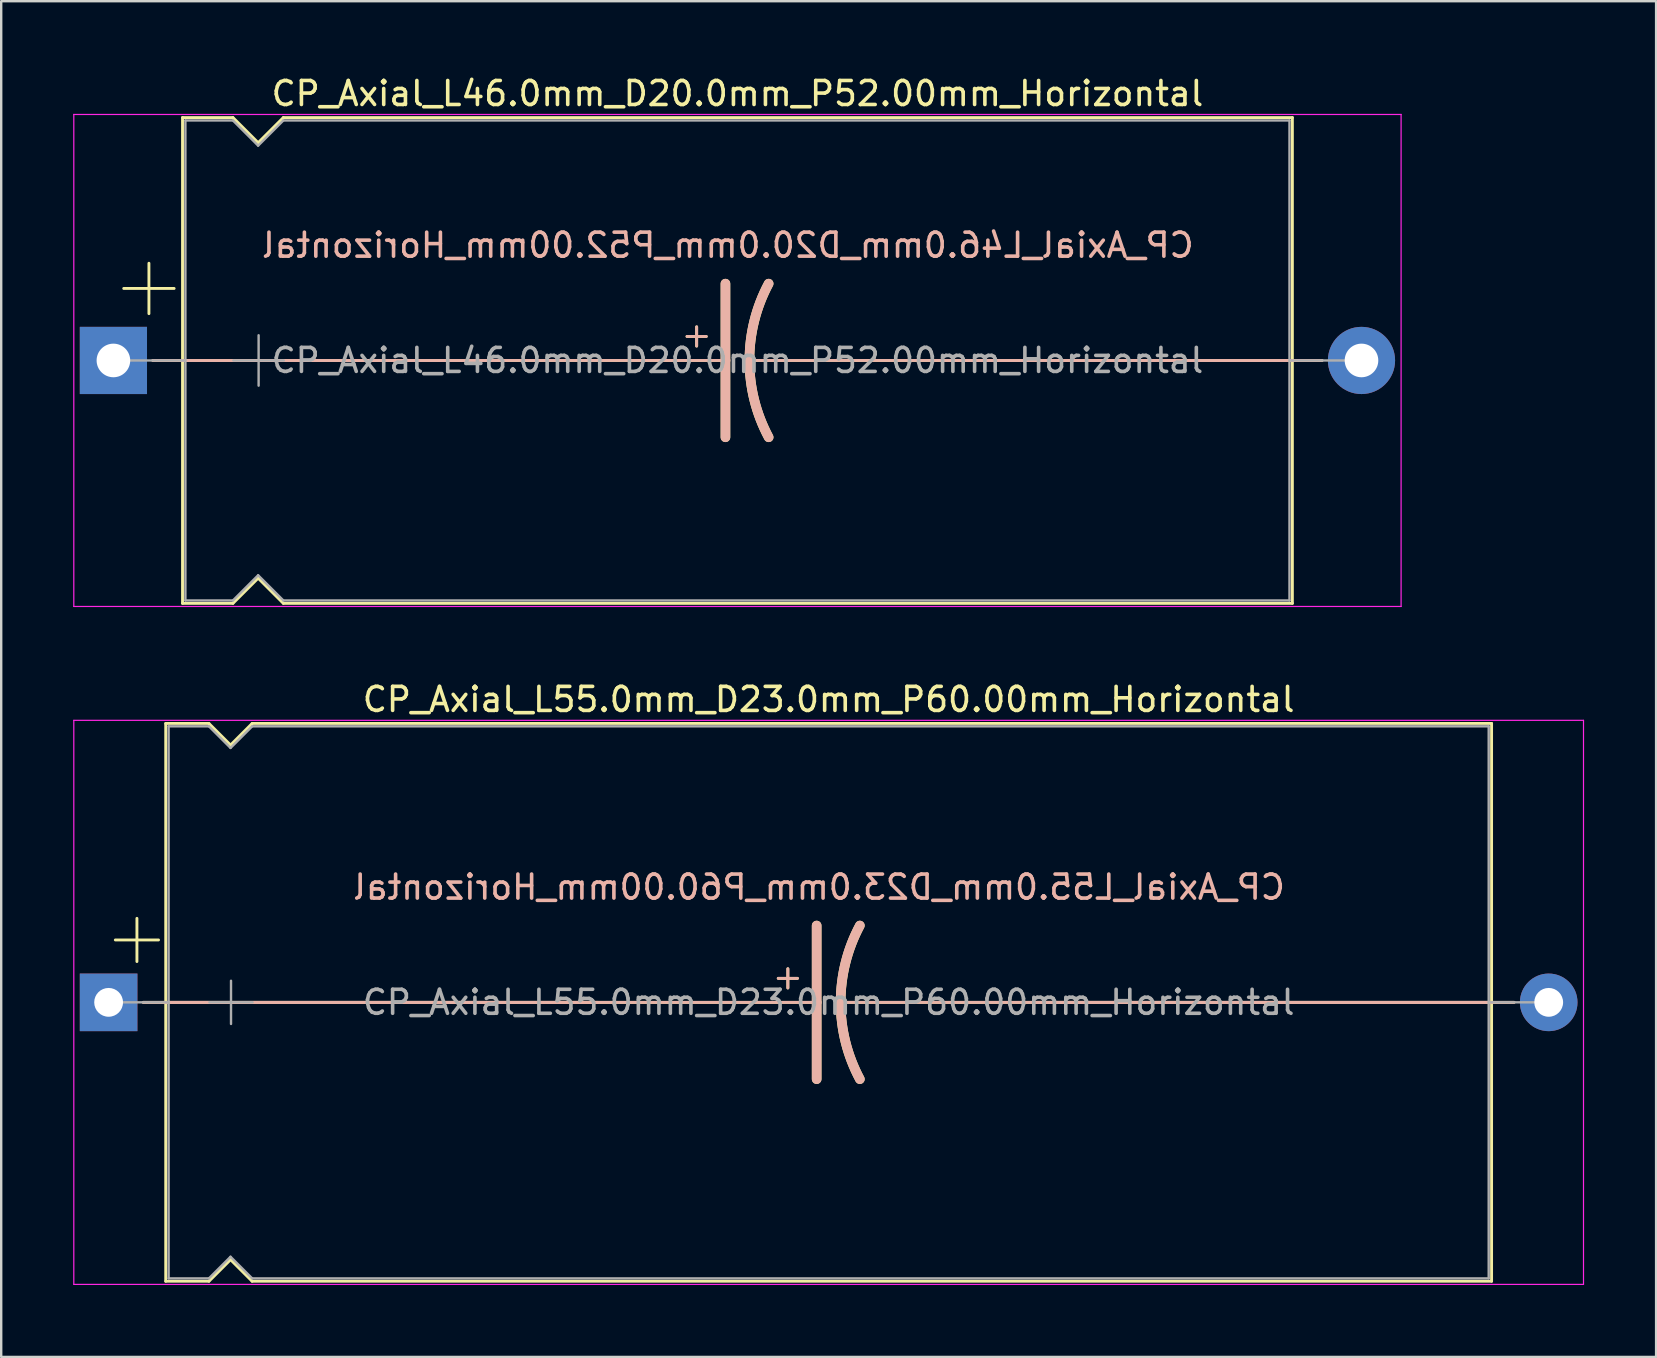
<source format=kicad_pcb>
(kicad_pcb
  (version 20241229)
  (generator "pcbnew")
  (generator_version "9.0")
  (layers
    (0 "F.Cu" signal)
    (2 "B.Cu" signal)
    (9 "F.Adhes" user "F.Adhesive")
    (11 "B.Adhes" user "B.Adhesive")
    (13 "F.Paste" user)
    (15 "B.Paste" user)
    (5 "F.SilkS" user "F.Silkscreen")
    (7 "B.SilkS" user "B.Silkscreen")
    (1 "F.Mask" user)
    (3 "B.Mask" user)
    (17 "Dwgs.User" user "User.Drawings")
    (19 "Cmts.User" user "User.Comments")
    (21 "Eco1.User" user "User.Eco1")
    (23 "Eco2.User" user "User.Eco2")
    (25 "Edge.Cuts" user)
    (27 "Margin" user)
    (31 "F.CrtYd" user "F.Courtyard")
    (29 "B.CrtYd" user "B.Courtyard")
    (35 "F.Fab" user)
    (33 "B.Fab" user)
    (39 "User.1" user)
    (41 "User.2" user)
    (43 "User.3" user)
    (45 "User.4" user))
  (footprint "CP_Axial_L46.0mm_D20.0mm_P52.00mm_Horizontal"
    (layer "F.Cu")
    (at 1.675 11.968)
    (property "Reference" "CP_Axial_L46.0mm_D20.0mm_P52.00mm_Horizontal" (at 26 -11.12 0) (layer "F.SilkS") (effects (font (size 1 1) (thickness 0.15))))
    (fp_line (start 0.43 -3) (end 2.53 -3) (stroke (width 0.12) (type solid)) (layer "F.SilkS"))
    (fp_line (start 1.48 -4.05) (end 1.48 -1.95) (stroke (width 0.12) (type solid)) (layer "F.SilkS"))
    (fp_line (start 1.64 0) (end 2.88 0) (stroke (width 0.12) (type solid)) (layer "F.SilkS"))
    (fp_line (start 2.88 -10.12) (end 2.88 10.12) (stroke (width 0.12) (type solid)) (layer "F.SilkS"))
    (fp_line (start 2.88 -10.12) (end 4.98 -10.12) (stroke (width 0.12) (type solid)) (layer "F.SilkS"))
    (fp_line (start 2.88 0) (end 25.5 0) (stroke (width 0.12) (type solid)) (layer "F.SilkS"))
    (fp_line (start 2.88 10.12) (end 4.98 10.12) (stroke (width 0.12) (type solid)) (layer "F.SilkS"))
    (fp_line (start 4.98 -10.12) (end 6.03 -9.07) (stroke (width 0.12) (type solid)) (layer "F.SilkS"))
    (fp_line (start 4.98 10.12) (end 6.03 9.07) (stroke (width 0.12) (type solid)) (layer "F.SilkS"))
    (fp_line (start 6.03 -9.07) (end 7.08 -10.12) (stroke (width 0.12) (type solid)) (layer "F.SilkS"))
    (fp_line (start 6.03 9.07) (end 7.08 10.12) (stroke (width 0.12) (type solid)) (layer "F.SilkS"))
    (fp_line (start 7.08 -10.12) (end 49.12 -10.12) (stroke (width 0.12) (type solid)) (layer "F.SilkS"))
    (fp_line (start 7.08 10.12) (end 49.12 10.12) (stroke (width 0.12) (type solid)) (layer "F.SilkS"))
    (fp_line (start 23.9 -1) (end 24.7 -1) (stroke (width 0.12) (type solid)) (layer "F.SilkS"))
    (fp_line (start 24.3 -1.4) (end 24.3 -0.6) (stroke (width 0.12) (type solid)) (layer "F.SilkS"))
    (fp_line (start 25.5 0) (end 25.5 -3.2) (stroke (width 0.4) (type solid)) (layer "F.SilkS"))
    (fp_line (start 25.5 0) (end 25.5 3.2) (stroke (width 0.4) (type solid)) (layer "F.SilkS"))
    (fp_line (start 49.12 -10.12) (end 49.12 10.12) (stroke (width 0.12) (type solid)) (layer "F.SilkS"))
    (fp_line (start 49.12 0) (end 26.5 0) (stroke (width 0.12) (type solid)) (layer "F.SilkS"))
    (fp_line (start 50.36 0) (end 49.12 0) (stroke (width 0.12) (type solid)) (layer "F.SilkS"))
    (fp_arc (start 26.5 0) (mid 26.703545 -1.649114) (end 27.3 -3.2) (stroke (width 0.4) (type solid)) (layer "F.SilkS"))
    (fp_arc (start 27.3 3.2) (mid 26.700704 1.649824) (end 26.5 0) (stroke (width 0.4) (type solid)) (layer "F.SilkS"))
    (fp_line (start 1.65 0) (end 16.38 0) (stroke (width 0.12) (type solid)) (layer "B.SilkS"))
    (fp_line (start 2.88 0) (end 25.5 0) (stroke (width 0.12) (type solid)) (layer "B.SilkS"))
    (fp_line (start 23.9 -1) (end 24.7 -1) (stroke (width 0.12) (type solid)) (layer "B.SilkS"))
    (fp_line (start 24.3 -0.6) (end 24.3 -1.4) (stroke (width 0.12) (type solid)) (layer "B.SilkS"))
    (fp_line (start 25.5 0) (end 25.5 -3.2) (stroke (width 0.4) (type solid)) (layer "B.SilkS"))
    (fp_line (start 25.5 0) (end 25.5 3.2) (stroke (width 0.4) (type solid)) (layer "B.SilkS"))
    (fp_line (start 49.12 0) (end 26.5 0) (stroke (width 0.12) (type solid)) (layer "B.SilkS"))
    (fp_line (start 50.35 0) (end 34.62 0) (stroke (width 0.12) (type solid)) (layer "B.SilkS"))
    (fp_arc (start 26.5 0) (mid 26.700703 -1.649824) (end 27.3 -3.2) (stroke (width 0.4) (type solid)) (layer "B.SilkS"))
    (fp_arc (start 27.3 3.2) (mid 26.703544 1.649114) (end 26.5 0) (stroke (width 0.4) (type solid)) (layer "B.SilkS"))
    (fp_line (start -1.65 -10.25) (end -1.65 10.25) (stroke (width 0.05) (type solid)) (layer "F.CrtYd"))
    (fp_line (start -1.65 10.25) (end 53.65 10.25) (stroke (width 0.05) (type solid)) (layer "F.CrtYd"))
    (fp_line (start 53.65 -10.25) (end -1.65 -10.25) (stroke (width 0.05) (type solid)) (layer "F.CrtYd"))
    (fp_line (start 53.65 10.25) (end 53.65 -10.25) (stroke (width 0.05) (type solid)) (layer "F.CrtYd"))
    (fp_line (start 0 0) (end 3 0) (stroke (width 0.1) (type solid)) (layer "F.Fab"))
    (fp_line (start 3 -10) (end 3 10) (stroke (width 0.1) (type solid)) (layer "F.Fab"))
    (fp_line (start 3 -10) (end 4.98 -10) (stroke (width 0.1) (type solid)) (layer "F.Fab"))
    (fp_line (start 3 10) (end 4.98 10) (stroke (width 0.1) (type solid)) (layer "F.Fab"))
    (fp_line (start 4.98 -10) (end 6.03 -8.95) (stroke (width 0.1) (type solid)) (layer "F.Fab"))
    (fp_line (start 4.98 10) (end 6.03 8.95) (stroke (width 0.1) (type solid)) (layer "F.Fab"))
    (fp_line (start 5 0) (end 7.1 0) (stroke (width 0.1) (type solid)) (layer "F.Fab"))
    (fp_line (start 6.03 -8.95) (end 7.08 -10) (stroke (width 0.1) (type solid)) (layer "F.Fab"))
    (fp_line (start 6.03 8.95) (end 7.08 10) (stroke (width 0.1) (type solid)) (layer "F.Fab"))
    (fp_line (start 6.05 -1.05) (end 6.05 1.05) (stroke (width 0.1) (type solid)) (layer "F.Fab"))
    (fp_line (start 7.08 -10) (end 49 -10) (stroke (width 0.1) (type solid)) (layer "F.Fab"))
    (fp_line (start 7.08 10) (end 49 10) (stroke (width 0.1) (type solid)) (layer "F.Fab"))
    (fp_line (start 49 -10) (end 49 10) (stroke (width 0.1) (type solid)) (layer "F.Fab"))
    (fp_line (start 52 0) (end 49 0) (stroke (width 0.1) (type solid)) (layer "F.Fab"))
    (fp_text user "${REFERENCE}" (at 25.6 -4.8 0) (layer "B.SilkS") (effects (font (size 1 1) (thickness 0.15)) (justify mirror)))
    (fp_text user "${REFERENCE}" (at 26 0 0) (layer "F.Fab") (effects (font (size 1 1) (thickness 0.15))))
    (pad "1" thru_hole rect (at 0 0) (size 2.8 2.8) (drill 1.4) (layers "*.Cu" "*.Mask"))
    (pad "2" thru_hole oval (at 52 0) (size 2.8 2.8) (drill 1.4) (layers "*.Cu" "*.Mask")))
  (footprint "CP_Axial_L55.0mm_D23.0mm_P60.00mm_Horizontal"
    (layer "F.Cu")
    (at 1.475 38.712)
    (property "Reference" "CP_Axial_L55.0mm_D23.0mm_P60.00mm_Horizontal" (at 30 -12.62 0) (layer "F.SilkS") (effects (font (size 1 1) (thickness 0.15))))
    (fp_line (start 0.28 -2.6) (end 2.08 -2.6) (stroke (width 0.12) (type solid)) (layer "F.SilkS"))
    (fp_line (start 1.18 -3.5) (end 1.18 -1.7) (stroke (width 0.12) (type solid)) (layer "F.SilkS"))
    (fp_line (start 1.44 0) (end 2.38 0) (stroke (width 0.12) (type solid)) (layer "F.SilkS"))
    (fp_line (start 2.38 -11.62) (end 2.38 11.62) (stroke (width 0.12) (type solid)) (layer "F.SilkS"))
    (fp_line (start 2.38 -11.62) (end 4.18 -11.62) (stroke (width 0.12) (type solid)) (layer "F.SilkS"))
    (fp_line (start 2.38 0) (end 29.5 0) (stroke (width 0.12) (type solid)) (layer "F.SilkS"))
    (fp_line (start 2.38 11.62) (end 4.18 11.62) (stroke (width 0.12) (type solid)) (layer "F.SilkS"))
    (fp_line (start 4.18 -11.62) (end 5.08 -10.72) (stroke (width 0.12) (type solid)) (layer "F.SilkS"))
    (fp_line (start 4.18 11.62) (end 5.08 10.72) (stroke (width 0.12) (type solid)) (layer "F.SilkS"))
    (fp_line (start 5.08 -10.72) (end 5.98 -11.62) (stroke (width 0.12) (type solid)) (layer "F.SilkS"))
    (fp_line (start 5.08 10.72) (end 5.98 11.62) (stroke (width 0.12) (type solid)) (layer "F.SilkS"))
    (fp_line (start 5.98 -11.62) (end 57.62 -11.62) (stroke (width 0.12) (type solid)) (layer "F.SilkS"))
    (fp_line (start 5.98 11.62) (end 57.62 11.62) (stroke (width 0.12) (type solid)) (layer "F.SilkS"))
    (fp_line (start 27.9 -1) (end 28.7 -1) (stroke (width 0.12) (type solid)) (layer "F.SilkS"))
    (fp_line (start 28.3 -1.4) (end 28.3 -0.6) (stroke (width 0.12) (type solid)) (layer "F.SilkS"))
    (fp_line (start 29.5 0) (end 29.5 -3.2) (stroke (width 0.4) (type solid)) (layer "F.SilkS"))
    (fp_line (start 29.5 0) (end 29.5 3.2) (stroke (width 0.4) (type solid)) (layer "F.SilkS"))
    (fp_line (start 57.62 -11.62) (end 57.62 11.62) (stroke (width 0.12) (type solid)) (layer "F.SilkS"))
    (fp_line (start 57.62 0) (end 30.5 0) (stroke (width 0.12) (type solid)) (layer "F.SilkS"))
    (fp_line (start 58.56 0) (end 57.62 0) (stroke (width 0.12) (type solid)) (layer "F.SilkS"))
    (fp_arc (start 30.5 0) (mid 30.703545 -1.649114) (end 31.3 -3.2) (stroke (width 0.4) (type solid)) (layer "F.SilkS"))
    (fp_arc (start 31.3 3.2) (mid 30.700704 1.649824) (end 30.5 0) (stroke (width 0.4) (type solid)) (layer "F.SilkS"))
    (fp_line (start 1.45 0) (end 20.38 0) (stroke (width 0.12) (type solid)) (layer "B.SilkS"))
    (fp_line (start 2.38 0) (end 29.5 0) (stroke (width 0.12) (type solid)) (layer "B.SilkS"))
    (fp_line (start 27.9 -1) (end 28.7 -1) (stroke (width 0.12) (type solid)) (layer "B.SilkS"))
    (fp_line (start 28.3 -0.6) (end 28.3 -1.4) (stroke (width 0.12) (type solid)) (layer "B.SilkS"))
    (fp_line (start 29.5 0) (end 29.5 -3.2) (stroke (width 0.4) (type solid)) (layer "B.SilkS"))
    (fp_line (start 29.5 0) (end 29.5 3.2) (stroke (width 0.4) (type solid)) (layer "B.SilkS"))
    (fp_line (start 57.62 0) (end 30.5 0) (stroke (width 0.12) (type solid)) (layer "B.SilkS"))
    (fp_line (start 58.55 0) (end 38.62 0) (stroke (width 0.12) (type solid)) (layer "B.SilkS"))
    (fp_arc (start 30.5 0) (mid 30.700703 -1.649824) (end 31.3 -3.2) (stroke (width 0.4) (type solid)) (layer "B.SilkS"))
    (fp_arc (start 31.3 3.2) (mid 30.703544 1.649114) (end 30.5 0) (stroke (width 0.4) (type solid)) (layer "B.SilkS"))
    (fp_line (start -1.45 -11.75) (end -1.45 11.75) (stroke (width 0.05) (type solid)) (layer "F.CrtYd"))
    (fp_line (start -1.45 11.75) (end 61.45 11.75) (stroke (width 0.05) (type solid)) (layer "F.CrtYd"))
    (fp_line (start 61.45 -11.75) (end -1.45 -11.75) (stroke (width 0.05) (type solid)) (layer "F.CrtYd"))
    (fp_line (start 61.45 11.75) (end 61.45 -11.75) (stroke (width 0.05) (type solid)) (layer "F.CrtYd"))
    (fp_line (start 0 0) (end 2.5 0) (stroke (width 0.1) (type solid)) (layer "F.Fab"))
    (fp_line (start 2.5 -11.5) (end 2.5 11.5) (stroke (width 0.1) (type solid)) (layer "F.Fab"))
    (fp_line (start 2.5 -11.5) (end 4.18 -11.5) (stroke (width 0.1) (type solid)) (layer "F.Fab"))
    (fp_line (start 2.5 11.5) (end 4.18 11.5) (stroke (width 0.1) (type solid)) (layer "F.Fab"))
    (fp_line (start 4.18 -11.5) (end 5.08 -10.6) (stroke (width 0.1) (type solid)) (layer "F.Fab"))
    (fp_line (start 4.18 11.5) (end 5.08 10.6) (stroke (width 0.1) (type solid)) (layer "F.Fab"))
    (fp_line (start 4.2 0) (end 6 0) (stroke (width 0.1) (type solid)) (layer "F.Fab"))
    (fp_line (start 5.08 -10.6) (end 5.98 -11.5) (stroke (width 0.1) (type solid)) (layer "F.Fab"))
    (fp_line (start 5.08 10.6) (end 5.98 11.5) (stroke (width 0.1) (type solid)) (layer "F.Fab"))
    (fp_line (start 5.1 -0.9) (end 5.1 0.9) (stroke (width 0.1) (type solid)) (layer "F.Fab"))
    (fp_line (start 5.98 -11.5) (end 57.5 -11.5) (stroke (width 0.1) (type solid)) (layer "F.Fab"))
    (fp_line (start 5.98 11.5) (end 57.5 11.5) (stroke (width 0.1) (type solid)) (layer "F.Fab"))
    (fp_line (start 57.5 -11.5) (end 57.5 11.5) (stroke (width 0.1) (type solid)) (layer "F.Fab"))
    (fp_line (start 60 0) (end 57.5 0) (stroke (width 0.1) (type solid)) (layer "F.Fab"))
    (fp_text user "${REFERENCE}" (at 29.6 -4.8 0) (layer "B.SilkS") (effects (font (size 1 1) (thickness 0.15)) (justify mirror)))
    (fp_text user "${REFERENCE}" (at 30 0 0) (layer "F.Fab") (effects (font (size 1 1) (thickness 0.15))))
    (pad "1" thru_hole rect (at 0 0) (size 2.4 2.4) (drill 1.2) (layers "*.Cu" "*.Mask"))
    (pad "2" thru_hole oval (at 60 0) (size 2.4 2.4) (drill 1.2) (layers "*.Cu" "*.Mask")))
  (gr_rect
    (start -3 -3)
    (end 65.95 53.486)
    (stroke (width 0.1) (type default))
    (fill no)
    (layer "Edge.Cuts")))
</source>
